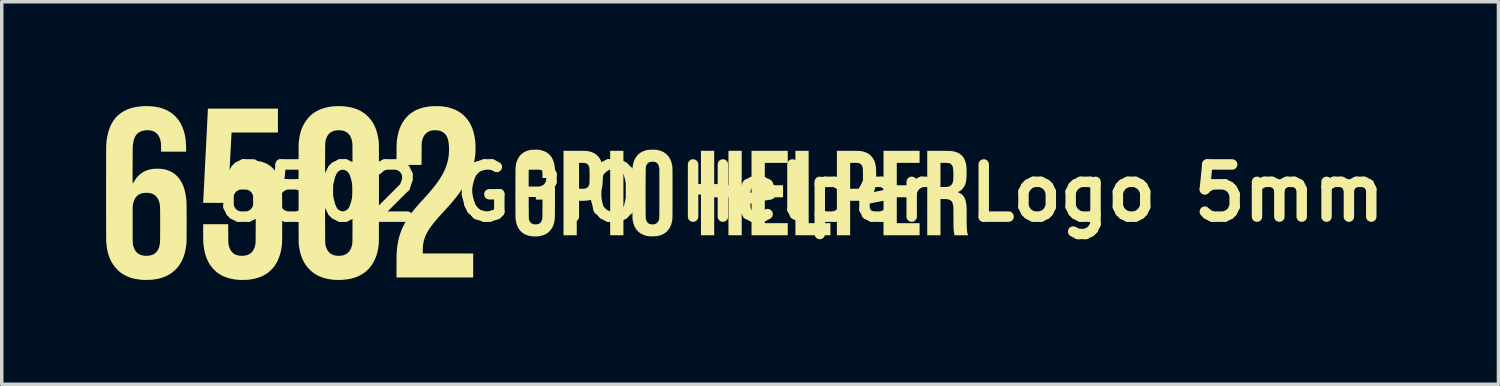
<source format=kicad_pcb>
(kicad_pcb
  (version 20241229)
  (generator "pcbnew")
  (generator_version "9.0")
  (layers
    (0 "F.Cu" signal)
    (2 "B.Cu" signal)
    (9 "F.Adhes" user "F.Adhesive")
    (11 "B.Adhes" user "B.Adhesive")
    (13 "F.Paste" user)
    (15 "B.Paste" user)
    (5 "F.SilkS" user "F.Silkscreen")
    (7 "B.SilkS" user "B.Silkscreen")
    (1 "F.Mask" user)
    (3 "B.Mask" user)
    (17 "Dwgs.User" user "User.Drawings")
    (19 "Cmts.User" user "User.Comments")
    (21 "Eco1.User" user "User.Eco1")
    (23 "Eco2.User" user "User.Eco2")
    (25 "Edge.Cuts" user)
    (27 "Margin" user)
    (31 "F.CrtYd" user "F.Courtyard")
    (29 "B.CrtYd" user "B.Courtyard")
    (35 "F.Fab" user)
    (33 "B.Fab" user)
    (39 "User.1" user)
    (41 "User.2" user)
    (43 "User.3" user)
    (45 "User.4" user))
  (footprint "6502 GPIO Helper Logo 5mm"
    (layer "F.Cu")
    (at 19.985 2.5)
    (property "Reference" "6502 GPIO Helper Logo 5mm" (at 0 0 0) (layer "F.SilkS") (effects (font (size 1.5 1.5) (thickness 0.3))))
    (attr board_only exclude_from_pos_files exclude_from_bom)
    (fp_poly (pts (xy -5.11 0) (xy -5.11 1.214) (xy -5.301 1.214) (xy -5.491 1.214) (xy -5.491 0) (xy -5.491 -1.214) (xy -5.301 -1.214) (xy -5.11 -1.214)) (stroke (width 0) (type solid)) (fill yes) (layer "F.SilkS"))
    (fp_poly (pts (xy 0.216 -0.173) (xy 0.216 0.867) (xy 0.529 0.867) (xy 0.842 0.867) (xy 0.842 1.041) (xy 0.842 1.214) (xy 0.338 1.214) (xy -0.165 1.214) (xy -0.165 0) (xy -0.165 -1.214) (xy 0.025 -1.214) (xy 0.216 -1.214)) (stroke (width 0) (type solid)) (fill yes) (layer "F.SilkS"))
    (fp_poly (pts (xy -2.5 -0.719) (xy -2.5 -0.224) (xy -2.295 -0.224) (xy -2.09 -0.224) (xy -2.09 -0.719) (xy -2.09 -1.214) (xy -1.899 -1.214) (xy -1.709 -1.214) (xy -1.709 0) (xy -1.709 1.214) (xy -1.899 1.214) (xy -2.09 1.214) (xy -2.09 0.668) (xy -2.09 0.123) (xy -2.295 0.123) (xy -2.5 0.123) (xy -2.5 0.668) (xy -2.5 1.214) (xy -2.691 1.214) (xy -2.881 1.214) (xy -2.881 0) (xy -2.881 -1.214) (xy -2.691 -1.214) (xy -2.5 -1.214)) (stroke (width 0) (type solid)) (fill yes) (layer "F.SilkS"))
    (fp_poly (pts (xy -0.385 -1.041) (xy -0.385 -0.867) (xy -0.715 -0.867) (xy -1.045 -0.867) (xy -1.045 -0.546) (xy -1.045 -0.224) (xy -0.783 -0.224) (xy -0.52 -0.224) (xy -0.52 -0.051) (xy -0.52 0.123) (xy -0.783 0.123) (xy -1.045 0.123) (xy -1.045 0.495) (xy -1.045 0.867) (xy -0.715 0.867) (xy -0.385 0.867) (xy -0.385 1.041) (xy -0.385 1.214) (xy -0.905 1.214) (xy -1.426 1.214) (xy -1.426 0) (xy -1.426 -1.214) (xy -0.905 -1.214) (xy -0.385 -1.214)) (stroke (width 0) (type solid)) (fill yes) (layer "F.SilkS"))
    (fp_poly (pts (xy 3.406 -1.041) (xy 3.406 -0.867) (xy 3.078 -0.867) (xy 2.75 -0.867) (xy 2.75 -0.546) (xy 2.75 -0.224) (xy 3.01 -0.224) (xy 3.065 -0.224) (xy 3.113 -0.224) (xy 3.153 -0.224) (xy 3.186 -0.224) (xy 3.213 -0.223) (xy 3.234 -0.223) (xy 3.25 -0.222) (xy 3.261 -0.221) (xy 3.268 -0.22) (xy 3.271 -0.219) (xy 3.271 -0.219) (xy 3.271 -0.214) (xy 3.272 -0.201) (xy 3.272 -0.181) (xy 3.272 -0.156) (xy 3.272 -0.127) (xy 3.272 -0.093) (xy 3.272 -0.057) (xy 3.272 -0.047) (xy 3.272 0.121) (xy 3.011 0.122) (xy 2.75 0.123) (xy 2.75 0.495) (xy 2.75 0.867) (xy 3.078 0.867) (xy 3.406 0.867) (xy 3.406 1.041) (xy 3.406 1.214) (xy 2.887 1.214) (xy 2.369 1.214) (xy 2.369 0) (xy 2.369 -1.214) (xy 2.887 -1.214) (xy 3.406 -1.214)) (stroke (width 0) (type solid)) (fill yes) (layer "F.SilkS"))
    (fp_poly (pts (xy -6.456 -1.214) (xy -6.397 -1.214) (xy -6.346 -1.214) (xy -6.301 -1.213) (xy -6.262 -1.213) (xy -6.228 -1.212) (xy -6.199 -1.21) (xy -6.173 -1.209) (xy -6.151 -1.207) (xy -6.131 -1.204) (xy -6.112 -1.201) (xy -6.095 -1.198) (xy -6.079 -1.194) (xy -6.062 -1.189) (xy -6.045 -1.184) (xy -6.039 -1.182) (xy -5.981 -1.159) (xy -5.927 -1.129) (xy -5.878 -1.094) (xy -5.835 -1.052) (xy -5.798 -1.004) (xy -5.771 -0.957) (xy -5.75 -0.908) (xy -5.732 -0.853) (xy -5.718 -0.795) (xy -5.708 -0.733) (xy -5.707 -0.721) (xy -5.705 -0.703) (xy -5.704 -0.679) (xy -5.704 -0.648) (xy -5.703 -0.613) (xy -5.703 -0.575) (xy -5.703 -0.534) (xy -5.703 -0.491) (xy -5.704 -0.448) (xy -5.704 -0.405) (xy -5.705 -0.364) (xy -5.706 -0.326) (xy -5.707 -0.292) (xy -5.709 -0.262) (xy -5.71 -0.238) (xy -5.712 -0.221) (xy -5.713 -0.216) (xy -5.727 -0.154) (xy -5.743 -0.099) (xy -5.763 -0.05) (xy -5.786 -0.005) (xy -5.814 0.035) (xy -5.846 0.073) (xy -5.878 0.104) (xy -5.91 0.13) (xy -5.946 0.152) (xy -5.962 0.16) (xy -5.995 0.176) (xy -6.028 0.189) (xy -6.062 0.2) (xy -6.098 0.208) (xy -6.136 0.215) (xy -6.18 0.219) (xy -6.228 0.222) (xy -6.283 0.224) (xy -6.328 0.224) (xy -6.452 0.224) (xy -6.452 0.719) (xy -6.452 1.214) (xy -6.642 1.214) (xy -6.832 1.214) (xy -6.832 0) (xy -6.832 -0.495) (xy -6.452 -0.495) (xy -6.452 -0.123) (xy -6.34 -0.123) (xy -6.301 -0.123) (xy -6.27 -0.123) (xy -6.245 -0.124) (xy -6.227 -0.126) (xy -6.213 -0.127) (xy -6.208 -0.129) (xy -6.173 -0.141) (xy -6.145 -0.159) (xy -6.123 -0.182) (xy -6.106 -0.211) (xy -6.093 -0.247) (xy -6.09 -0.264) (xy -6.088 -0.278) (xy -6.087 -0.298) (xy -6.085 -0.325) (xy -6.084 -0.357) (xy -6.084 -0.393) (xy -6.083 -0.432) (xy -6.083 -0.473) (xy -6.083 -0.514) (xy -6.083 -0.555) (xy -6.084 -0.593) (xy -6.084 -0.63) (xy -6.085 -0.662) (xy -6.086 -0.689) (xy -6.088 -0.711) (xy -6.089 -0.724) (xy -6.09 -0.725) (xy -6.1 -0.764) (xy -6.115 -0.796) (xy -6.134 -0.821) (xy -6.158 -0.84) (xy -6.164 -0.844) (xy -6.177 -0.85) (xy -6.189 -0.856) (xy -6.202 -0.86) (xy -6.217 -0.863) (xy -6.234 -0.865) (xy -6.256 -0.866) (xy -6.283 -0.867) (xy -6.317 -0.867) (xy -6.34 -0.867) (xy -6.452 -0.867) (xy -6.452 -0.495) (xy -6.832 -0.495) (xy -6.832 -1.214) (xy -6.522 -1.214)) (stroke (width 0) (type solid)) (fill yes) (layer "F.SilkS"))
    (fp_poly (pts (xy 1.403 -1.214) (xy 1.459 -1.214) (xy 1.508 -1.214) (xy 1.551 -1.213) (xy 1.588 -1.213) (xy 1.62 -1.212) (xy 1.647 -1.211) (xy 1.671 -1.21) (xy 1.692 -1.208) (xy 1.71 -1.206) (xy 1.727 -1.204) (xy 1.743 -1.201) (xy 1.758 -1.198) (xy 1.774 -1.194) (xy 1.786 -1.191) (xy 1.849 -1.172) (xy 1.906 -1.146) (xy 1.957 -1.114) (xy 2.002 -1.075) (xy 2.042 -1.03) (xy 2.077 -0.979) (xy 2.092 -0.951) (xy 2.102 -0.929) (xy 2.113 -0.901) (xy 2.123 -0.869) (xy 2.132 -0.835) (xy 2.14 -0.803) (xy 2.146 -0.777) (xy 2.148 -0.764) (xy 2.15 -0.752) (xy 2.151 -0.739) (xy 2.152 -0.724) (xy 2.153 -0.707) (xy 2.154 -0.687) (xy 2.155 -0.663) (xy 2.155 -0.633) (xy 2.156 -0.597) (xy 2.156 -0.555) (xy 2.157 -0.525) (xy 2.157 -0.469) (xy 2.157 -0.421) (xy 2.157 -0.379) (xy 2.156 -0.344) (xy 2.155 -0.313) (xy 2.154 -0.286) (xy 2.152 -0.262) (xy 2.15 -0.24) (xy 2.147 -0.219) (xy 2.143 -0.199) (xy 2.143 -0.196) (xy 2.126 -0.129) (xy 2.105 -0.068) (xy 2.077 -0.013) (xy 2.044 0.037) (xy 2.017 0.07) (xy 1.981 0.104) (xy 1.944 0.133) (xy 1.901 0.159) (xy 1.891 0.163) (xy 1.859 0.178) (xy 1.826 0.191) (xy 1.793 0.201) (xy 1.757 0.209) (xy 1.718 0.215) (xy 1.674 0.22) (xy 1.625 0.223) (xy 1.57 0.224) (xy 1.528 0.224) (xy 1.409 0.224) (xy 1.409 0.719) (xy 1.409 1.214) (xy 1.218 1.214) (xy 1.028 1.214) (xy 1.028 0) (xy 1.028 -0.495) (xy 1.409 -0.495) (xy 1.409 -0.123) (xy 1.52 -0.123) (xy 1.56 -0.123) (xy 1.592 -0.123) (xy 1.617 -0.124) (xy 1.635 -0.126) (xy 1.648 -0.128) (xy 1.652 -0.128) (xy 1.686 -0.141) (xy 1.714 -0.158) (xy 1.736 -0.182) (xy 1.754 -0.211) (xy 1.766 -0.247) (xy 1.77 -0.266) (xy 1.772 -0.28) (xy 1.773 -0.301) (xy 1.775 -0.329) (xy 1.776 -0.361) (xy 1.777 -0.397) (xy 1.777 -0.436) (xy 1.777 -0.477) (xy 1.777 -0.518) (xy 1.777 -0.558) (xy 1.777 -0.596) (xy 1.776 -0.632) (xy 1.775 -0.663) (xy 1.774 -0.689) (xy 1.772 -0.709) (xy 1.771 -0.72) (xy 1.761 -0.759) (xy 1.748 -0.79) (xy 1.731 -0.815) (xy 1.71 -0.835) (xy 1.683 -0.85) (xy 1.658 -0.859) (xy 1.649 -0.861) (xy 1.639 -0.863) (xy 1.627 -0.865) (xy 1.613 -0.866) (xy 1.595 -0.867) (xy 1.572 -0.867) (xy 1.542 -0.867) (xy 1.519 -0.867) (xy 1.409 -0.867) (xy 1.409 -0.495) (xy 1.028 -0.495) (xy 1.028 -1.214) (xy 1.339 -1.214)) (stroke (width 0) (type solid)) (fill yes) (layer "F.SilkS"))
    (fp_poly (pts (xy 4.003 -1.214) (xy 4.06 -1.214) (xy 4.109 -1.214) (xy 4.152 -1.213) (xy 4.19 -1.213) (xy 4.222 -1.212) (xy 4.25 -1.211) (xy 4.275 -1.21) (xy 4.296 -1.209) (xy 4.315 -1.207) (xy 4.332 -1.205) (xy 4.348 -1.203) (xy 4.364 -1.2) (xy 4.38 -1.197) (xy 4.381 -1.197) (xy 4.444 -1.181) (xy 4.501 -1.16) (xy 4.552 -1.133) (xy 4.597 -1.1) (xy 4.636 -1.062) (xy 4.669 -1.018) (xy 4.697 -0.967) (xy 4.72 -0.909) (xy 4.738 -0.845) (xy 4.745 -0.816) (xy 4.748 -0.792) (xy 4.751 -0.761) (xy 4.754 -0.724) (xy 4.756 -0.683) (xy 4.757 -0.64) (xy 4.758 -0.595) (xy 4.758 -0.55) (xy 4.757 -0.507) (xy 4.756 -0.484) (xy 4.753 -0.43) (xy 4.748 -0.382) (xy 4.742 -0.341) (xy 4.734 -0.303) (xy 4.725 -0.269) (xy 4.713 -0.237) (xy 4.698 -0.206) (xy 4.696 -0.202) (xy 4.669 -0.157) (xy 4.636 -0.116) (xy 4.599 -0.081) (xy 4.558 -0.053) (xy 4.528 -0.037) (xy 4.517 -0.032) (xy 4.511 -0.026) (xy 4.51 -0.024) (xy 4.513 -0.019) (xy 4.523 -0.015) (xy 4.528 -0.013) (xy 4.556 -0.002) (xy 4.586 0.015) (xy 4.616 0.036) (xy 4.641 0.059) (xy 4.667 0.089) (xy 4.69 0.124) (xy 4.709 0.164) (xy 4.725 0.21) (xy 4.738 0.262) (xy 4.749 0.322) (xy 4.751 0.341) (xy 4.753 0.355) (xy 4.754 0.369) (xy 4.756 0.384) (xy 4.757 0.401) (xy 4.757 0.419) (xy 4.758 0.442) (xy 4.759 0.468) (xy 4.759 0.498) (xy 4.759 0.535) (xy 4.759 0.578) (xy 4.759 0.628) (xy 4.759 0.658) (xy 4.759 0.731) (xy 4.76 0.797) (xy 4.76 0.855) (xy 4.761 0.906) (xy 4.762 0.952) (xy 4.763 0.992) (xy 4.765 1.026) (xy 4.767 1.057) (xy 4.769 1.083) (xy 4.772 1.107) (xy 4.775 1.127) (xy 4.779 1.146) (xy 4.784 1.163) (xy 4.789 1.18) (xy 4.791 1.185) (xy 4.801 1.214) (xy 4.607 1.214) (xy 4.414 1.214) (xy 4.407 1.188) (xy 4.402 1.171) (xy 4.398 1.153) (xy 4.394 1.134) (xy 4.391 1.113) (xy 4.389 1.091) (xy 4.386 1.065) (xy 4.384 1.036) (xy 4.383 1.003) (xy 4.382 0.966) (xy 4.381 0.923) (xy 4.38 0.875) (xy 4.379 0.82) (xy 4.379 0.759) (xy 4.379 0.689) (xy 4.379 0.649) (xy 4.379 0.594) (xy 4.378 0.546) (xy 4.378 0.505) (xy 4.378 0.47) (xy 4.377 0.442) (xy 4.377 0.418) (xy 4.376 0.399) (xy 4.375 0.383) (xy 4.374 0.371) (xy 4.372 0.362) (xy 4.363 0.319) (xy 4.351 0.283) (xy 4.336 0.253) (xy 4.316 0.229) (xy 4.292 0.21) (xy 4.267 0.197) (xy 4.248 0.189) (xy 4.228 0.183) (xy 4.204 0.179) (xy 4.177 0.176) (xy 4.144 0.174) (xy 4.104 0.173) (xy 4.093 0.173) (xy 4.006 0.173) (xy 4.006 0.694) (xy 4.006 1.214) (xy 3.816 1.214) (xy 3.626 1.214) (xy 3.626 0) (xy 3.626 -0.52) (xy 4.006 -0.52) (xy 4.006 -0.173) (xy 4.09 -0.174) (xy 4.118 -0.174) (xy 4.145 -0.174) (xy 4.17 -0.175) (xy 4.19 -0.177) (xy 4.203 -0.178) (xy 4.244 -0.187) (xy 4.28 -0.204) (xy 4.311 -0.226) (xy 4.334 -0.251) (xy 4.345 -0.27) (xy 4.355 -0.291) (xy 4.363 -0.317) (xy 4.369 -0.347) (xy 4.373 -0.383) (xy 4.376 -0.425) (xy 4.378 -0.473) (xy 4.378 -0.529) (xy 4.377 -0.569) (xy 4.376 -0.619) (xy 4.373 -0.662) (xy 4.37 -0.699) (xy 4.365 -0.729) (xy 4.358 -0.755) (xy 4.35 -0.777) (xy 4.339 -0.795) (xy 4.327 -0.812) (xy 4.319 -0.821) (xy 4.305 -0.833) (xy 4.292 -0.843) (xy 4.277 -0.851) (xy 4.26 -0.857) (xy 4.24 -0.861) (xy 4.215 -0.864) (xy 4.185 -0.866) (xy 4.149 -0.867) (xy 4.113 -0.867) (xy 4.006 -0.867) (xy 4.006 -0.52) (xy 3.626 -0.52) (xy 3.626 -1.214) (xy 3.938 -1.214)) (stroke (width 0) (type solid)) (fill yes) (layer "F.SilkS"))
    (fp_poly (pts (xy -10.456 -2.497) (xy -10.418 -2.497) (xy -10.384 -2.496) (xy -10.355 -2.494) (xy -10.335 -2.493) (xy -10.235 -2.479) (xy -10.141 -2.46) (xy -10.053 -2.435) (xy -9.971 -2.405) (xy -9.895 -2.369) (xy -9.823 -2.327) (xy -9.756 -2.279) (xy -9.745 -2.271) (xy -9.729 -2.257) (xy -9.71 -2.24) (xy -9.69 -2.22) (xy -9.67 -2.201) (xy -9.665 -2.195) (xy -9.607 -2.13) (xy -9.555 -2.058) (xy -9.51 -1.981) (xy -9.47 -1.897) (xy -9.437 -1.808) (xy -9.41 -1.713) (xy -9.388 -1.612) (xy -9.373 -1.505) (xy -9.367 -1.439) (xy -9.364 -1.403) (xy -9.363 -1.361) (xy -9.362 -1.315) (xy -9.362 -1.268) (xy -9.363 -1.221) (xy -9.365 -1.177) (xy -9.367 -1.138) (xy -9.369 -1.115) (xy -9.381 -1.012) (xy -9.399 -0.91) (xy -9.421 -0.811) (xy -9.45 -0.712) (xy -9.483 -0.614) (xy -9.523 -0.516) (xy -9.569 -0.418) (xy -9.621 -0.319) (xy -9.68 -0.219) (xy -9.746 -0.118) (xy -9.818 -0.014) (xy -9.898 0.092) (xy -9.985 0.201) (xy -10.018 0.241) (xy -10.051 0.28) (xy -10.083 0.318) (xy -10.115 0.355) (xy -10.149 0.393) (xy -10.185 0.433) (xy -10.225 0.477) (xy -10.269 0.525) (xy -10.293 0.55) (xy -10.364 0.628) (xy -10.429 0.7) (xy -10.488 0.768) (xy -10.541 0.832) (xy -10.59 0.892) (xy -10.633 0.949) (xy -10.672 1.003) (xy -10.706 1.054) (xy -10.736 1.104) (xy -10.763 1.153) (xy -10.786 1.2) (xy -10.807 1.247) (xy -10.824 1.293) (xy -10.839 1.34) (xy -10.84 1.345) (xy -10.854 1.398) (xy -10.864 1.45) (xy -10.872 1.503) (xy -10.876 1.56) (xy -10.878 1.622) (xy -10.879 1.644) (xy -10.879 1.737) (xy -10.154 1.738) (xy -9.43 1.739) (xy -9.43 2.084) (xy -9.43 2.428) (xy -10.532 2.428) (xy -11.634 2.428) (xy -11.634 2.104) (xy -11.634 2.05) (xy -11.634 1.998) (xy -11.633 1.947) (xy -11.633 1.9) (xy -11.633 1.856) (xy -11.632 1.816) (xy -11.632 1.781) (xy -11.631 1.753) (xy -11.63 1.731) (xy -11.63 1.718) (xy -11.619 1.596) (xy -11.604 1.481) (xy -11.584 1.372) (xy -11.559 1.267) (xy -11.528 1.166) (xy -11.492 1.067) (xy -11.449 0.971) (xy -11.4 0.875) (xy -11.344 0.78) (xy -11.281 0.683) (xy -11.213 0.588) (xy -11.18 0.544) (xy -11.146 0.501) (xy -11.111 0.457) (xy -11.074 0.413) (xy -11.034 0.367) (xy -10.991 0.318) (xy -10.944 0.265) (xy -10.891 0.208) (xy -10.879 0.195) (xy -10.795 0.103) (xy -10.717 0.015) (xy -10.646 -0.068) (xy -10.581 -0.147) (xy -10.521 -0.223) (xy -10.466 -0.295) (xy -10.417 -0.365) (xy -10.373 -0.433) (xy -10.333 -0.499) (xy -10.297 -0.564) (xy -10.265 -0.628) (xy -10.237 -0.691) (xy -10.212 -0.754) (xy -10.194 -0.806) (xy -10.169 -0.89) (xy -10.15 -0.971) (xy -10.137 -1.052) (xy -10.128 -1.134) (xy -10.124 -1.22) (xy -10.125 -1.294) (xy -10.128 -1.367) (xy -10.134 -1.432) (xy -10.143 -1.49) (xy -10.155 -1.542) (xy -10.17 -1.588) (xy -10.189 -1.629) (xy -10.211 -1.665) (xy -10.236 -1.697) (xy -10.24 -1.7) (xy -10.277 -1.734) (xy -10.318 -1.761) (xy -10.365 -1.781) (xy -10.416 -1.796) (xy -10.473 -1.804) (xy -10.492 -1.805) (xy -10.553 -1.805) (xy -10.61 -1.799) (xy -10.663 -1.786) (xy -10.711 -1.767) (xy -10.754 -1.742) (xy -10.773 -1.727) (xy -10.806 -1.695) (xy -10.835 -1.659) (xy -10.859 -1.616) (xy -10.88 -1.567) (xy -10.896 -1.512) (xy -10.903 -1.48) (xy -10.905 -1.471) (xy -10.906 -1.462) (xy -10.907 -1.453) (xy -10.908 -1.443) (xy -10.909 -1.43) (xy -10.91 -1.415) (xy -10.911 -1.397) (xy -10.911 -1.375) (xy -10.912 -1.348) (xy -10.912 -1.316) (xy -10.912 -1.278) (xy -10.913 -1.233) (xy -10.913 -1.182) (xy -10.913 -1.122) (xy -10.913 -1.122) (xy -10.915 -0.808) (xy -11.275 -0.808) (xy -11.634 -0.808) (xy -11.634 -1.095) (xy -11.634 -1.159) (xy -11.634 -1.215) (xy -11.633 -1.264) (xy -11.633 -1.307) (xy -11.632 -1.345) (xy -11.632 -1.378) (xy -11.63 -1.408) (xy -11.629 -1.435) (xy -11.627 -1.46) (xy -11.625 -1.483) (xy -11.623 -1.506) (xy -11.62 -1.53) (xy -11.617 -1.555) (xy -11.599 -1.657) (xy -11.576 -1.754) (xy -11.546 -1.845) (xy -11.51 -1.932) (xy -11.468 -2.012) (xy -11.42 -2.088) (xy -11.367 -2.157) (xy -11.307 -2.22) (xy -11.242 -2.277) (xy -11.177 -2.325) (xy -11.106 -2.367) (xy -11.029 -2.403) (xy -10.947 -2.434) (xy -10.858 -2.459) (xy -10.764 -2.478) (xy -10.663 -2.492) (xy -10.661 -2.493) (xy -10.638 -2.494) (xy -10.608 -2.496) (xy -10.573 -2.497) (xy -10.535 -2.497) (xy -10.496 -2.498)) (stroke (width 0) (type solid)) (fill yes) (layer "F.SilkS"))
    (fp_poly (pts (xy -7.587 -1.246) (xy -7.558 -1.245) (xy -7.552 -1.244) (xy -7.482 -1.232) (xy -7.417 -1.214) (xy -7.358 -1.189) (xy -7.304 -1.159) (xy -7.256 -1.121) (xy -7.213 -1.078) (xy -7.176 -1.028) (xy -7.145 -0.972) (xy -7.12 -0.91) (xy -7.118 -0.904) (xy -7.108 -0.871) (xy -7.099 -0.837) (xy -7.092 -0.802) (xy -7.087 -0.763) (xy -7.083 -0.721) (xy -7.08 -0.674) (xy -7.078 -0.621) (xy -7.078 -0.561) (xy -7.078 -0.54) (xy -7.078 -0.432) (xy -7.257 -0.432) (xy -7.436 -0.432) (xy -7.438 -0.579) (xy -7.439 -0.619) (xy -7.44 -0.651) (xy -7.44 -0.678) (xy -7.441 -0.699) (xy -7.442 -0.715) (xy -7.443 -0.729) (xy -7.445 -0.74) (xy -7.447 -0.749) (xy -7.449 -0.758) (xy -7.463 -0.799) (xy -7.481 -0.833) (xy -7.504 -0.859) (xy -7.531 -0.879) (xy -7.564 -0.893) (xy -7.602 -0.9) (xy -7.635 -0.902) (xy -7.672 -0.9) (xy -7.704 -0.895) (xy -7.73 -0.885) (xy -7.754 -0.871) (xy -7.77 -0.858) (xy -7.791 -0.834) (xy -7.808 -0.806) (xy -7.82 -0.772) (xy -7.829 -0.732) (xy -7.83 -0.721) (xy -7.831 -0.711) (xy -7.832 -0.694) (xy -7.832 -0.669) (xy -7.833 -0.638) (xy -7.833 -0.601) (xy -7.834 -0.558) (xy -7.834 -0.51) (xy -7.834 -0.457) (xy -7.834 -0.401) (xy -7.835 -0.341) (xy -7.835 -0.278) (xy -7.835 -0.213) (xy -7.835 -0.146) (xy -7.835 -0.078) (xy -7.834 -0.009) (xy -7.834 0.06) (xy -7.834 0.129) (xy -7.834 0.197) (xy -7.834 0.264) (xy -7.833 0.328) (xy -7.833 0.39) (xy -7.832 0.449) (xy -7.832 0.505) (xy -7.831 0.556) (xy -7.831 0.603) (xy -7.83 0.644) (xy -7.83 0.68) (xy -7.829 0.71) (xy -7.828 0.732) (xy -7.828 0.748) (xy -7.827 0.755) (xy -7.827 0.755) (xy -7.813 0.796) (xy -7.794 0.83) (xy -7.771 0.858) (xy -7.742 0.878) (xy -7.708 0.892) (xy -7.669 0.9) (xy -7.636 0.902) (xy -7.593 0.899) (xy -7.555 0.889) (xy -7.523 0.874) (xy -7.496 0.852) (xy -7.474 0.823) (xy -7.457 0.788) (xy -7.447 0.753) (xy -7.445 0.746) (xy -7.444 0.737) (xy -7.443 0.726) (xy -7.442 0.711) (xy -7.441 0.693) (xy -7.441 0.67) (xy -7.44 0.642) (xy -7.44 0.608) (xy -7.439 0.568) (xy -7.439 0.52) (xy -7.438 0.465) (xy -7.438 0.458) (xy -7.437 0.19) (xy -7.532 0.19) (xy -7.628 0.19) (xy -7.628 0.017) (xy -7.628 -0.157) (xy -7.352 -0.157) (xy -7.077 -0.157) (xy -7.079 0.287) (xy -7.079 0.359) (xy -7.079 0.424) (xy -7.08 0.481) (xy -7.08 0.531) (xy -7.08 0.576) (xy -7.081 0.614) (xy -7.081 0.648) (xy -7.082 0.676) (xy -7.083 0.701) (xy -7.084 0.723) (xy -7.085 0.741) (xy -7.086 0.757) (xy -7.087 0.771) (xy -7.089 0.784) (xy -7.091 0.796) (xy -7.093 0.809) (xy -7.096 0.821) (xy -7.097 0.829) (xy -7.105 0.86) (xy -7.115 0.894) (xy -7.127 0.928) (xy -7.139 0.959) (xy -7.148 0.978) (xy -7.18 1.033) (xy -7.217 1.082) (xy -7.259 1.124) (xy -7.307 1.16) (xy -7.36 1.19) (xy -7.419 1.214) (xy -7.483 1.232) (xy -7.549 1.244) (xy -7.571 1.246) (xy -7.6 1.247) (xy -7.632 1.247) (xy -7.666 1.247) (xy -7.7 1.246) (xy -7.73 1.245) (xy -7.756 1.242) (xy -7.762 1.241) (xy -7.831 1.228) (xy -7.893 1.208) (xy -7.951 1.183) (xy -8.002 1.151) (xy -8.048 1.112) (xy -8.067 1.094) (xy -8.105 1.048) (xy -8.137 0.997) (xy -8.164 0.94) (xy -8.185 0.878) (xy -8.2 0.81) (xy -8.211 0.736) (xy -8.211 0.73) (xy -8.212 0.72) (xy -8.212 0.701) (xy -8.213 0.676) (xy -8.213 0.643) (xy -8.214 0.604) (xy -8.214 0.56) (xy -8.214 0.511) (xy -8.215 0.457) (xy -8.215 0.399) (xy -8.215 0.338) (xy -8.215 0.274) (xy -8.216 0.207) (xy -8.216 0.139) (xy -8.216 0.07) (xy -8.216 0.000423) (xy -8.216 -0.069) (xy -8.216 -0.138) (xy -8.216 -0.206) (xy -8.215 -0.273) (xy -8.215 -0.337) (xy -8.215 -0.398) (xy -8.215 -0.456) (xy -8.214 -0.51) (xy -8.214 -0.56) (xy -8.214 -0.604) (xy -8.213 -0.643) (xy -8.213 -0.675) (xy -8.212 -0.701) (xy -8.212 -0.719) (xy -8.211 -0.73) (xy -8.211 -0.73) (xy -8.201 -0.804) (xy -8.186 -0.872) (xy -8.166 -0.934) (xy -8.14 -0.99) (xy -8.113 -1.035) (xy -8.075 -1.084) (xy -8.032 -1.127) (xy -7.982 -1.164) (xy -7.928 -1.194) (xy -7.867 -1.217) (xy -7.801 -1.235) (xy -7.786 -1.238) (xy -7.761 -1.241) (xy -7.73 -1.244) (xy -7.694 -1.246) (xy -7.657 -1.247) (xy -7.621 -1.247)) (stroke (width 0) (type solid)) (fill yes) (layer "F.SilkS"))
    (fp_poly (pts (xy -4.239 -1.246) (xy -4.212 -1.245) (xy -4.191 -1.245) (xy -4.173 -1.243) (xy -4.157 -1.242) (xy -4.141 -1.239) (xy -4.127 -1.236) (xy -4.064 -1.221) (xy -4.007 -1.201) (xy -3.957 -1.176) (xy -3.91 -1.146) (xy -3.868 -1.111) (xy -3.865 -1.109) (xy -3.823 -1.063) (xy -3.787 -1.012) (xy -3.757 -0.957) (xy -3.733 -0.896) (xy -3.715 -0.829) (xy -3.704 -0.763) (xy -3.703 -0.756) (xy -3.702 -0.748) (xy -3.702 -0.736) (xy -3.701 -0.723) (xy -3.7 -0.706) (xy -3.7 -0.687) (xy -3.7 -0.663) (xy -3.699 -0.635) (xy -3.699 -0.603) (xy -3.699 -0.567) (xy -3.698 -0.524) (xy -3.698 -0.477) (xy -3.698 -0.423) (xy -3.698 -0.363) (xy -3.698 -0.296) (xy -3.698 -0.223) (xy -3.698 -0.141) (xy -3.698 -0.052) (xy -3.698 0) (xy -3.698 0.094) (xy -3.698 0.179) (xy -3.698 0.257) (xy -3.698 0.328) (xy -3.698 0.391) (xy -3.698 0.448) (xy -3.698 0.499) (xy -3.698 0.544) (xy -3.699 0.584) (xy -3.699 0.619) (xy -3.699 0.648) (xy -3.7 0.674) (xy -3.7 0.696) (xy -3.701 0.714) (xy -3.701 0.729) (xy -3.702 0.742) (xy -3.703 0.752) (xy -3.703 0.76) (xy -3.704 0.763) (xy -3.717 0.836) (xy -3.735 0.902) (xy -3.76 0.962) (xy -3.79 1.017) (xy -3.827 1.067) (xy -3.865 1.109) (xy -3.909 1.145) (xy -3.956 1.176) (xy -4.008 1.201) (xy -4.065 1.221) (xy -4.123 1.236) (xy -4.141 1.239) (xy -4.159 1.241) (xy -4.181 1.243) (xy -4.206 1.245) (xy -4.238 1.245) (xy -4.258 1.246) (xy -4.286 1.246) (xy -4.311 1.246) (xy -4.333 1.246) (xy -4.35 1.246) (xy -4.36 1.246) (xy -4.362 1.246) (xy -4.37 1.244) (xy -4.385 1.242) (xy -4.403 1.239) (xy -4.415 1.237) (xy -4.475 1.224) (xy -4.533 1.204) (xy -4.587 1.178) (xy -4.637 1.147) (xy -4.682 1.111) (xy -4.704 1.089) (xy -4.742 1.042) (xy -4.774 0.991) (xy -4.801 0.935) (xy -4.822 0.874) (xy -4.838 0.808) (xy -4.848 0.738) (xy -4.849 0.729) (xy -4.849 0.712) (xy -4.85 0.687) (xy -4.85 0.656) (xy -4.85 0.619) (xy -4.851 0.575) (xy -4.851 0.527) (xy -4.851 0.474) (xy -4.852 0.417) (xy -4.852 0.357) (xy -4.852 0.293) (xy -4.852 0.227) (xy -4.852 0.16) (xy -4.852 0.091) (xy -4.852 0.021) (xy -4.852 -0.031) (xy -4.472 -0.031) (xy -4.472 0.039) (xy -4.472 0.108) (xy -4.472 0.177) (xy -4.472 0.244) (xy -4.472 0.309) (xy -4.471 0.371) (xy -4.471 0.431) (xy -4.471 0.487) (xy -4.47 0.539) (xy -4.47 0.586) (xy -4.469 0.628) (xy -4.469 0.664) (xy -4.468 0.693) (xy -4.467 0.716) (xy -4.467 0.732) (xy -4.466 0.739) (xy -4.456 0.778) (xy -4.443 0.811) (xy -4.426 0.838) (xy -4.404 0.861) (xy -4.392 0.871) (xy -4.366 0.885) (xy -4.334 0.895) (xy -4.299 0.901) (xy -4.263 0.902) (xy -4.228 0.899) (xy -4.195 0.89) (xy -4.181 0.885) (xy -4.151 0.866) (xy -4.126 0.842) (xy -4.106 0.812) (xy -4.091 0.774) (xy -4.083 0.745) (xy -4.082 0.741) (xy -4.082 0.735) (xy -4.081 0.729) (xy -4.08 0.721) (xy -4.079 0.711) (xy -4.079 0.698) (xy -4.078 0.683) (xy -4.078 0.665) (xy -4.078 0.643) (xy -4.077 0.618) (xy -4.077 0.588) (xy -4.077 0.553) (xy -4.077 0.513) (xy -4.076 0.468) (xy -4.076 0.417) (xy -4.076 0.36) (xy -4.076 0.296) (xy -4.076 0.225) (xy -4.076 0.147) (xy -4.076 0.06) (xy -4.076 0) (xy -4.076 -0.091) (xy -4.076 -0.175) (xy -4.076 -0.251) (xy -4.076 -0.319) (xy -4.076 -0.381) (xy -4.076 -0.436) (xy -4.077 -0.485) (xy -4.077 -0.528) (xy -4.077 -0.566) (xy -4.077 -0.599) (xy -4.077 -0.627) (xy -4.078 -0.651) (xy -4.078 -0.672) (xy -4.079 -0.689) (xy -4.079 -0.703) (xy -4.08 -0.714) (xy -4.08 -0.724) (xy -4.081 -0.731) (xy -4.082 -0.737) (xy -4.083 -0.742) (xy -4.083 -0.745) (xy -4.096 -0.788) (xy -4.114 -0.824) (xy -4.136 -0.853) (xy -4.163 -0.875) (xy -4.175 -0.882) (xy -4.197 -0.891) (xy -4.219 -0.897) (xy -4.246 -0.901) (xy -4.277 -0.901) (xy -4.32 -0.898) (xy -4.357 -0.889) (xy -4.389 -0.873) (xy -4.415 -0.851) (xy -4.437 -0.822) (xy -4.453 -0.786) (xy -4.465 -0.743) (xy -4.466 -0.739) (xy -4.467 -0.73) (xy -4.467 -0.714) (xy -4.468 -0.69) (xy -4.469 -0.66) (xy -4.469 -0.623) (xy -4.47 -0.58) (xy -4.47 -0.532) (xy -4.471 -0.48) (xy -4.471 -0.424) (xy -4.471 -0.364) (xy -4.472 -0.301) (xy -4.472 -0.236) (xy -4.472 -0.168) (xy -4.472 -0.1) (xy -4.472 -0.031) (xy -4.852 -0.031) (xy -4.852 -0.049) (xy -4.852 -0.118) (xy -4.852 -0.186) (xy -4.852 -0.253) (xy -4.852 -0.318) (xy -4.852 -0.381) (xy -4.852 -0.44) (xy -4.851 -0.495) (xy -4.851 -0.547) (xy -4.851 -0.593) (xy -4.85 -0.634) (xy -4.85 -0.669) (xy -4.849 -0.698) (xy -4.849 -0.72) (xy -4.848 -0.734) (xy -4.848 -0.738) (xy -4.836 -0.814) (xy -4.819 -0.884) (xy -4.795 -0.948) (xy -4.766 -1.006) (xy -4.73 -1.058) (xy -4.689 -1.104) (xy -4.643 -1.144) (xy -4.59 -1.177) (xy -4.531 -1.205) (xy -4.501 -1.216) (xy -4.471 -1.225) (xy -4.444 -1.232) (xy -4.417 -1.238) (xy -4.389 -1.241) (xy -4.358 -1.244) (xy -4.323 -1.245) (xy -4.281 -1.246) (xy -4.273 -1.246)) (stroke (width 0) (type solid)) (fill yes) (layer "F.SilkS"))
    (fp_poly (pts (xy -15.044 -2.084) (xy -15.044 -1.739) (xy -15.71 -1.739) (xy -16.376 -1.739) (xy -16.378 -1.704) (xy -16.379 -1.695) (xy -16.38 -1.679) (xy -16.381 -1.655) (xy -16.383 -1.624) (xy -16.385 -1.587) (xy -16.387 -1.545) (xy -16.39 -1.497) (xy -16.393 -1.445) (xy -16.396 -1.389) (xy -16.399 -1.329) (xy -16.402 -1.267) (xy -16.406 -1.202) (xy -16.408 -1.155) (xy -16.412 -1.089) (xy -16.415 -1.025) (xy -16.418 -0.964) (xy -16.421 -0.905) (xy -16.424 -0.85) (xy -16.427 -0.8) (xy -16.43 -0.754) (xy -16.432 -0.713) (xy -16.434 -0.678) (xy -16.435 -0.649) (xy -16.437 -0.628) (xy -16.437 -0.613) (xy -16.438 -0.608) (xy -16.439 -0.592) (xy -16.439 -0.582) (xy -16.437 -0.577) (xy -16.434 -0.576) (xy -16.433 -0.575) (xy -16.426 -0.579) (xy -16.417 -0.59) (xy -16.404 -0.606) (xy -16.402 -0.61) (xy -16.355 -0.673) (xy -16.303 -0.73) (xy -16.245 -0.779) (xy -16.184 -0.822) (xy -16.117 -0.858) (xy -16.047 -0.886) (xy -15.972 -0.908) (xy -15.893 -0.922) (xy -15.81 -0.929) (xy -15.727 -0.929) (xy -15.642 -0.922) (xy -15.562 -0.91) (xy -15.488 -0.891) (xy -15.419 -0.867) (xy -15.354 -0.836) (xy -15.299 -0.803) (xy -15.241 -0.759) (xy -15.187 -0.708) (xy -15.139 -0.651) (xy -15.094 -0.586) (xy -15.055 -0.516) (xy -15.021 -0.438) (xy -14.991 -0.355) (xy -14.967 -0.266) (xy -14.947 -0.171) (xy -14.942 -0.136) (xy -14.939 -0.118) (xy -14.937 -0.101) (xy -14.935 -0.084) (xy -14.933 -0.067) (xy -14.931 -0.05) (xy -14.929 -0.033) (xy -14.928 -0.014) (xy -14.927 0.007) (xy -14.926 0.03) (xy -14.925 0.056) (xy -14.924 0.084) (xy -14.923 0.117) (xy -14.923 0.153) (xy -14.922 0.193) (xy -14.922 0.239) (xy -14.922 0.29) (xy -14.921 0.346) (xy -14.921 0.409) (xy -14.921 0.479) (xy -14.921 0.556) (xy -14.921 0.64) (xy -14.921 0.724) (xy -14.921 0.82) (xy -14.921 0.911) (xy -14.921 0.995) (xy -14.922 1.073) (xy -14.922 1.143) (xy -14.922 1.207) (xy -14.922 1.264) (xy -14.923 1.313) (xy -14.923 1.354) (xy -14.924 1.388) (xy -14.924 1.414) (xy -14.925 1.432) (xy -14.925 1.439) (xy -14.937 1.549) (xy -14.955 1.653) (xy -14.979 1.751) (xy -15.009 1.844) (xy -15.045 1.931) (xy -15.087 2.013) (xy -15.134 2.088) (xy -15.188 2.157) (xy -15.248 2.22) (xy -15.313 2.278) (xy -15.378 2.325) (xy -15.449 2.367) (xy -15.526 2.403) (xy -15.609 2.434) (xy -15.697 2.459) (xy -15.791 2.478) (xy -15.888 2.492) (xy -15.904 2.493) (xy -15.927 2.494) (xy -15.954 2.496) (xy -15.985 2.497) (xy -16.017 2.497) (xy -16.049 2.498) (xy -16.079 2.499) (xy -16.106 2.499) (xy -16.128 2.499) (xy -16.144 2.498) (xy -16.148 2.498) (xy -16.186 2.494) (xy -16.218 2.492) (xy -16.244 2.489) (xy -16.266 2.487) (xy -16.285 2.484) (xy -16.302 2.482) (xy -16.32 2.479) (xy -16.323 2.478) (xy -16.419 2.459) (xy -16.509 2.433) (xy -16.595 2.4) (xy -16.675 2.361) (xy -16.749 2.316) (xy -16.81 2.271) (xy -16.826 2.257) (xy -16.845 2.24) (xy -16.865 2.22) (xy -16.885 2.201) (xy -16.89 2.195) (xy -16.947 2.13) (xy -16.999 2.06) (xy -17.044 1.983) (xy -17.083 1.901) (xy -17.116 1.813) (xy -17.144 1.72) (xy -17.165 1.62) (xy -17.181 1.514) (xy -17.189 1.437) (xy -17.189 1.422) (xy -17.19 1.4) (xy -17.191 1.372) (xy -17.191 1.338) (xy -17.192 1.299) (xy -17.192 1.257) (xy -17.193 1.212) (xy -17.193 1.166) (xy -17.193 1.14) (xy -17.193 0.897) (xy -16.833 0.897) (xy -16.474 0.897) (xy -16.473 1.167) (xy -16.472 1.222) (xy -16.472 1.27) (xy -16.471 1.311) (xy -16.471 1.346) (xy -16.471 1.375) (xy -16.47 1.399) (xy -16.469 1.419) (xy -16.468 1.435) (xy -16.467 1.448) (xy -16.466 1.459) (xy -16.465 1.469) (xy -16.463 1.476) (xy -16.455 1.514) (xy -16.444 1.552) (xy -16.431 1.589) (xy -16.417 1.621) (xy -16.409 1.637) (xy -16.394 1.659) (xy -16.375 1.684) (xy -16.352 1.708) (xy -16.329 1.73) (xy -16.306 1.748) (xy -16.295 1.755) (xy -16.254 1.775) (xy -16.207 1.79) (xy -16.157 1.8) (xy -16.104 1.805) (xy -16.05 1.805) (xy -15.996 1.8) (xy -15.945 1.789) (xy -15.927 1.784) (xy -15.879 1.764) (xy -15.836 1.738) (xy -15.798 1.706) (xy -15.765 1.666) (xy -15.738 1.62) (xy -15.716 1.568) (xy -15.7 1.509) (xy -15.688 1.444) (xy -15.687 1.433) (xy -15.686 1.423) (xy -15.686 1.405) (xy -15.685 1.38) (xy -15.685 1.349) (xy -15.684 1.311) (xy -15.684 1.268) (xy -15.684 1.219) (xy -15.683 1.167) (xy -15.683 1.111) (xy -15.683 1.052) (xy -15.683 0.99) (xy -15.683 0.927) (xy -15.682 0.862) (xy -15.682 0.797) (xy -15.682 0.731) (xy -15.682 0.666) (xy -15.683 0.602) (xy -15.683 0.54) (xy -15.683 0.48) (xy -15.683 0.423) (xy -15.683 0.37) (xy -15.684 0.321) (xy -15.684 0.276) (xy -15.685 0.237) (xy -15.685 0.203) (xy -15.686 0.176) (xy -15.686 0.156) (xy -15.687 0.144) (xy -15.687 0.142) (xy -15.697 0.075) (xy -15.713 0.015) (xy -15.733 -0.039) (xy -15.759 -0.086) (xy -15.79 -0.126) (xy -15.826 -0.16) (xy -15.867 -0.188) (xy -15.914 -0.21) (xy -15.967 -0.225) (xy -15.974 -0.227) (xy -16.004 -0.232) (xy -16.038 -0.234) (xy -16.076 -0.235) (xy -16.115 -0.234) (xy -16.151 -0.231) (xy -16.182 -0.227) (xy -16.19 -0.225) (xy -16.243 -0.209) (xy -16.289 -0.187) (xy -16.331 -0.159) (xy -16.367 -0.124) (xy -16.398 -0.083) (xy -16.423 -0.035) (xy -16.443 0.019) (xy -16.458 0.079) (xy -16.468 0.147) (xy -16.472 0.21) (xy -16.475 0.283) (xy -16.834 0.283) (xy -17.193 0.283) (xy -17.193 0.268) (xy -17.193 0.262) (xy -17.192 0.249) (xy -17.191 0.227) (xy -17.19 0.198) (xy -17.188 0.162) (xy -17.186 0.12) (xy -17.183 0.07) (xy -17.18 0.015) (xy -17.177 -0.047) (xy -17.174 -0.114) (xy -17.17 -0.186) (xy -17.166 -0.263) (xy -17.162 -0.344) (xy -17.158 -0.43) (xy -17.153 -0.52) (xy -17.149 -0.613) (xy -17.144 -0.709) (xy -17.139 -0.809) (xy -17.133 -0.911) (xy -17.128 -1.015) (xy -17.125 -1.072) (xy -17.12 -1.178) (xy -17.114 -1.281) (xy -17.109 -1.382) (xy -17.104 -1.48) (xy -17.099 -1.575) (xy -17.095 -1.667) (xy -17.09 -1.755) (xy -17.086 -1.839) (xy -17.082 -1.918) (xy -17.078 -1.993) (xy -17.075 -2.063) (xy -17.072 -2.127) (xy -17.069 -2.186) (xy -17.066 -2.238) (xy -17.064 -2.285) (xy -17.062 -2.325) (xy -17.06 -2.357) (xy -17.059 -2.383) (xy -17.058 -2.401) (xy -17.057 -2.411) (xy -17.057 -2.412) (xy -17.057 -2.428) (xy -16.051 -2.428) (xy -15.044 -2.428)) (stroke (width 0) (type solid)) (fill yes) (layer "F.SilkS"))
    (fp_poly (pts (xy -13.268 -2.498) (xy -13.222 -2.497) (xy -13.179 -2.495) (xy -13.14 -2.493) (xy -13.11 -2.49) (xy -13.011 -2.475) (xy -12.918 -2.455) (xy -12.831 -2.43) (xy -12.75 -2.4) (xy -12.674 -2.363) (xy -12.604 -2.322) (xy -12.537 -2.274) (xy -12.476 -2.22) (xy -12.462 -2.207) (xy -12.404 -2.144) (xy -12.352 -2.078) (xy -12.305 -2.006) (xy -12.265 -1.929) (xy -12.23 -1.847) (xy -12.201 -1.76) (xy -12.177 -1.666) (xy -12.158 -1.566) (xy -12.147 -1.489) (xy -12.146 -1.483) (xy -12.146 -1.476) (xy -12.145 -1.469) (xy -12.145 -1.461) (xy -12.144 -1.451) (xy -12.144 -1.441) (xy -12.143 -1.428) (xy -12.143 -1.413) (xy -12.142 -1.396) (xy -12.142 -1.377) (xy -12.142 -1.355) (xy -12.141 -1.329) (xy -12.141 -1.3) (xy -12.141 -1.268) (xy -12.141 -1.231) (xy -12.14 -1.19) (xy -12.14 -1.145) (xy -12.14 -1.095) (xy -12.14 -1.04) (xy -12.14 -0.979) (xy -12.14 -0.913) (xy -12.14 -0.841) (xy -12.14 -0.762) (xy -12.14 -0.677) (xy -12.14 -0.586) (xy -12.139 -0.487) (xy -12.139 -0.381) (xy -12.139 -0.268) (xy -12.139 -0.146) (xy -12.139 -0.017) (xy -12.139 0) (xy -12.139 0.131) (xy -12.139 0.253) (xy -12.139 0.367) (xy -12.139 0.474) (xy -12.14 0.574) (xy -12.14 0.666) (xy -12.14 0.752) (xy -12.14 0.831) (xy -12.14 0.904) (xy -12.14 0.971) (xy -12.14 1.032) (xy -12.14 1.088) (xy -12.14 1.139) (xy -12.14 1.185) (xy -12.141 1.226) (xy -12.141 1.263) (xy -12.141 1.296) (xy -12.141 1.326) (xy -12.142 1.352) (xy -12.142 1.374) (xy -12.142 1.394) (xy -12.143 1.411) (xy -12.143 1.426) (xy -12.144 1.439) (xy -12.144 1.45) (xy -12.145 1.46) (xy -12.145 1.468) (xy -12.146 1.475) (xy -12.146 1.482) (xy -12.147 1.488) (xy -12.147 1.489) (xy -12.155 1.549) (xy -12.165 1.608) (xy -12.175 1.663) (xy -12.187 1.711) (xy -12.188 1.715) (xy -12.217 1.811) (xy -12.252 1.9) (xy -12.293 1.983) (xy -12.34 2.061) (xy -12.393 2.132) (xy -12.452 2.198) (xy -12.516 2.257) (xy -12.586 2.31) (xy -12.662 2.356) (xy -12.742 2.396) (xy -12.828 2.43) (xy -12.92 2.457) (xy -12.95 2.464) (xy -13.032 2.479) (xy -13.12 2.49) (xy -13.211 2.497) (xy -13.303 2.499) (xy -13.394 2.497) (xy -13.416 2.496) (xy -13.521 2.485) (xy -13.62 2.468) (xy -13.715 2.444) (xy -13.803 2.414) (xy -13.887 2.378) (xy -13.965 2.335) (xy -14.037 2.285) (xy -14.105 2.229) (xy -14.166 2.167) (xy -14.223 2.097) (xy -14.253 2.055) (xy -14.292 1.991) (xy -14.326 1.925) (xy -14.357 1.855) (xy -14.383 1.78) (xy -14.405 1.7) (xy -14.423 1.615) (xy -14.439 1.522) (xy -14.442 1.502) (xy -14.442 1.497) (xy -14.443 1.49) (xy -14.444 1.483) (xy -14.444 1.475) (xy -14.445 1.465) (xy -14.445 1.453) (xy -14.446 1.439) (xy -14.446 1.423) (xy -14.446 1.404) (xy -14.447 1.382) (xy -14.447 1.356) (xy -14.447 1.328) (xy -14.448 1.295) (xy -14.448 1.259) (xy -14.448 1.218) (xy -14.448 1.172) (xy -14.449 1.122) (xy -14.449 1.066) (xy -14.449 1.005) (xy -14.449 0.938) (xy -14.449 0.866) (xy -14.449 0.787) (xy -14.45 0.701) (xy -14.45 0.609) (xy -14.45 0.509) (xy -14.45 0.403) (xy -14.45 0.288) (xy -14.45 0.166) (xy -14.45 0.04) (xy -14.451 -0.105) (xy -14.451 -0.241) (xy -14.451 -0.31) (xy -13.688 -0.31) (xy -13.688 -0.191) (xy -13.688 -0.063) (xy -13.688 0) (xy -13.688 0.131) (xy -13.688 0.254) (xy -13.688 0.37) (xy -13.688 0.477) (xy -13.688 0.578) (xy -13.688 0.671) (xy -13.688 0.757) (xy -13.688 0.837) (xy -13.688 0.91) (xy -13.687 0.978) (xy -13.687 1.04) (xy -13.687 1.096) (xy -13.687 1.148) (xy -13.687 1.194) (xy -13.686 1.236) (xy -13.686 1.274) (xy -13.686 1.307) (xy -13.685 1.337) (xy -13.685 1.363) (xy -13.684 1.387) (xy -13.683 1.407) (xy -13.683 1.424) (xy -13.682 1.439) (xy -13.681 1.452) (xy -13.68 1.464) (xy -13.679 1.473) (xy -13.678 1.482) (xy -13.677 1.489) (xy -13.676 1.496) (xy -13.674 1.502) (xy -13.673 1.508) (xy -13.671 1.514) (xy -13.67 1.521) (xy -13.669 1.524) (xy -13.651 1.58) (xy -13.628 1.631) (xy -13.599 1.675) (xy -13.565 1.713) (xy -13.525 1.745) (xy -13.481 1.77) (xy -13.432 1.789) (xy -13.428 1.79) (xy -13.387 1.798) (xy -13.342 1.803) (xy -13.294 1.805) (xy -13.247 1.803) (xy -13.203 1.798) (xy -13.181 1.794) (xy -13.133 1.78) (xy -13.089 1.759) (xy -13.048 1.732) (xy -13.012 1.701) (xy -12.994 1.68) (xy -12.966 1.639) (xy -12.943 1.591) (xy -12.925 1.537) (xy -12.911 1.478) (xy -12.903 1.418) (xy -12.903 1.41) (xy -12.902 1.394) (xy -12.902 1.37) (xy -12.902 1.339) (xy -12.901 1.301) (xy -12.901 1.257) (xy -12.901 1.206) (xy -12.901 1.15) (xy -12.9 1.088) (xy -12.9 1.022) (xy -12.9 0.951) (xy -12.9 0.875) (xy -12.9 0.796) (xy -12.9 0.714) (xy -12.899 0.628) (xy -12.899 0.54) (xy -12.899 0.45) (xy -12.899 0.357) (xy -12.899 0.264) (xy -12.899 0.169) (xy -12.899 0.073) (xy -12.899 -0.022) (xy -12.899 -0.118) (xy -12.899 -0.213) (xy -12.899 -0.308) (xy -12.899 -0.401) (xy -12.899 -0.492) (xy -12.899 -0.582) (xy -12.899 -0.669) (xy -12.9 -0.753) (xy -12.9 -0.834) (xy -12.9 -0.911) (xy -12.9 -0.985) (xy -12.9 -1.054) (xy -12.901 -1.118) (xy -12.901 -1.177) (xy -12.901 -1.231) (xy -12.901 -1.278) (xy -12.902 -1.32) (xy -12.902 -1.355) (xy -12.902 -1.382) (xy -12.902 -1.402) (xy -12.903 -1.414) (xy -12.903 -1.418) (xy -12.912 -1.482) (xy -12.926 -1.541) (xy -12.945 -1.595) (xy -12.968 -1.642) (xy -12.994 -1.68) (xy -13.026 -1.714) (xy -13.064 -1.744) (xy -13.107 -1.768) (xy -13.154 -1.787) (xy -13.182 -1.795) (xy -13.212 -1.8) (xy -13.247 -1.803) (xy -13.285 -1.804) (xy -13.323 -1.804) (xy -13.359 -1.802) (xy -13.39 -1.798) (xy -13.398 -1.797) (xy -13.452 -1.781) (xy -13.501 -1.759) (xy -13.544 -1.731) (xy -13.581 -1.697) (xy -13.613 -1.656) (xy -13.639 -1.608) (xy -13.66 -1.555) (xy -13.669 -1.524) (xy -13.67 -1.517) (xy -13.672 -1.511) (xy -13.674 -1.505) (xy -13.675 -1.499) (xy -13.676 -1.492) (xy -13.678 -1.485) (xy -13.679 -1.477) (xy -13.68 -1.468) (xy -13.681 -1.458) (xy -13.682 -1.446) (xy -13.682 -1.432) (xy -13.683 -1.415) (xy -13.684 -1.396) (xy -13.684 -1.375) (xy -13.685 -1.35) (xy -13.685 -1.322) (xy -13.686 -1.29) (xy -13.686 -1.255) (xy -13.687 -1.215) (xy -13.687 -1.17) (xy -13.687 -1.121) (xy -13.687 -1.067) (xy -13.687 -1.008) (xy -13.688 -0.943) (xy -13.688 -0.872) (xy -13.688 -0.796) (xy -13.688 -0.712) (xy -13.688 -0.623) (xy -13.688 -0.526) (xy -13.688 -0.422) (xy -13.688 -0.31) (xy -14.451 -0.31) (xy -14.451 -0.369) (xy -14.451 -0.489) (xy -14.451 -0.602) (xy -14.451 -0.706) (xy -14.451 -0.803) (xy -14.451 -0.892) (xy -14.451 -0.974) (xy -14.45 -1.049) (xy -14.45 -1.117) (xy -14.45 -1.177) (xy -14.45 -1.231) (xy -14.45 -1.279) (xy -14.449 -1.319) (xy -14.449 -1.353) (xy -14.449 -1.381) (xy -14.448 -1.403) (xy -14.448 -1.419) (xy -14.447 -1.429) (xy -14.447 -1.43) (xy -14.436 -1.538) (xy -14.419 -1.64) (xy -14.396 -1.736) (xy -14.367 -1.827) (xy -14.332 -1.913) (xy -14.291 -1.993) (xy -14.253 -2.055) (xy -14.201 -2.126) (xy -14.144 -2.191) (xy -14.083 -2.249) (xy -14.016 -2.302) (xy -13.944 -2.348) (xy -13.867 -2.387) (xy -13.784 -2.421) (xy -13.695 -2.449) (xy -13.601 -2.471) (xy -13.5 -2.488) (xy -13.478 -2.49) (xy -13.446 -2.493) (xy -13.406 -2.496) (xy -13.362 -2.497) (xy -13.316 -2.498)) (stroke (width 0) (type solid)) (fill yes) (layer "F.SilkS"))
    (fp_poly (pts (xy -18.731 -2.497) (xy -18.637 -2.49) (xy -18.546 -2.477) (xy -18.458 -2.459) (xy -18.452 -2.458) (xy -18.362 -2.431) (xy -18.277 -2.398) (xy -18.197 -2.358) (xy -18.122 -2.312) (xy -18.053 -2.26) (xy -17.99 -2.201) (xy -17.932 -2.136) (xy -17.88 -2.064) (xy -17.834 -1.987) (xy -17.794 -1.903) (xy -17.771 -1.847) (xy -17.748 -1.777) (xy -17.728 -1.706) (xy -17.712 -1.633) (xy -17.7 -1.556) (xy -17.692 -1.474) (xy -17.687 -1.387) (xy -17.685 -1.321) (xy -17.683 -1.189) (xy -18.042 -1.189) (xy -18.402 -1.189) (xy -18.404 -1.31) (xy -18.405 -1.357) (xy -18.406 -1.396) (xy -18.408 -1.428) (xy -18.41 -1.453) (xy -18.413 -1.47) (xy -18.427 -1.533) (xy -18.445 -1.588) (xy -18.469 -1.637) (xy -18.497 -1.68) (xy -18.531 -1.716) (xy -18.57 -1.746) (xy -18.614 -1.771) (xy -18.621 -1.774) (xy -18.668 -1.79) (xy -18.72 -1.801) (xy -18.774 -1.806) (xy -18.83 -1.805) (xy -18.885 -1.799) (xy -18.938 -1.788) (xy -18.988 -1.771) (xy -19.012 -1.759) (xy -19.05 -1.737) (xy -19.083 -1.711) (xy -19.112 -1.68) (xy -19.137 -1.644) (xy -19.159 -1.603) (xy -19.177 -1.555) (xy -19.193 -1.501) (xy -19.205 -1.44) (xy -19.215 -1.371) (xy -19.216 -1.369) (xy -19.216 -1.358) (xy -19.217 -1.338) (xy -19.218 -1.311) (xy -19.219 -1.275) (xy -19.219 -1.231) (xy -19.22 -1.18) (xy -19.22 -1.12) (xy -19.221 -1.053) (xy -19.221 -0.979) (xy -19.222 -0.897) (xy -19.222 -0.807) (xy -19.222 -0.805) (xy -19.222 -0.727) (xy -19.223 -0.658) (xy -19.223 -0.596) (xy -19.223 -0.541) (xy -19.223 -0.493) (xy -19.223 -0.451) (xy -19.223 -0.415) (xy -19.223 -0.385) (xy -19.223 -0.359) (xy -19.223 -0.338) (xy -19.222 -0.321) (xy -19.222 -0.308) (xy -19.221 -0.297) (xy -19.221 -0.29) (xy -19.22 -0.285) (xy -19.219 -0.282) (xy -19.218 -0.28) (xy -19.217 -0.279) (xy -19.216 -0.279) (xy -19.216 -0.279) (xy -19.211 -0.281) (xy -19.204 -0.289) (xy -19.196 -0.302) (xy -19.184 -0.322) (xy -19.182 -0.326) (xy -19.139 -0.395) (xy -19.093 -0.457) (xy -19.041 -0.511) (xy -18.985 -0.559) (xy -18.924 -0.599) (xy -18.859 -0.633) (xy -18.788 -0.66) (xy -18.712 -0.68) (xy -18.646 -0.692) (xy -18.612 -0.696) (xy -18.573 -0.698) (xy -18.529 -0.699) (xy -18.485 -0.699) (xy -18.442 -0.698) (xy -18.403 -0.695) (xy -18.375 -0.692) (xy -18.293 -0.677) (xy -18.216 -0.655) (xy -18.145 -0.627) (xy -18.078 -0.592) (xy -18.016 -0.551) (xy -17.96 -0.502) (xy -17.908 -0.447) (xy -17.861 -0.385) (xy -17.819 -0.315) (xy -17.781 -0.239) (xy -17.764 -0.199) (xy -17.741 -0.134) (xy -17.721 -0.062) (xy -17.704 0.016) (xy -17.689 0.1) (xy -17.678 0.19) (xy -17.674 0.231) (xy -17.673 0.245) (xy -17.673 0.267) (xy -17.672 0.297) (xy -17.671 0.332) (xy -17.671 0.374) (xy -17.67 0.42) (xy -17.67 0.472) (xy -17.669 0.527) (xy -17.669 0.585) (xy -17.669 0.646) (xy -17.668 0.709) (xy -17.668 0.773) (xy -17.668 0.837) (xy -17.668 0.902) (xy -17.668 0.966) (xy -17.669 1.029) (xy -17.669 1.09) (xy -17.669 1.148) (xy -17.669 1.204) (xy -17.67 1.255) (xy -17.67 1.302) (xy -17.671 1.344) (xy -17.672 1.38) (xy -17.672 1.409) (xy -17.673 1.432) (xy -17.674 1.447) (xy -17.674 1.449) (xy -17.687 1.552) (xy -17.704 1.649) (xy -17.726 1.739) (xy -17.752 1.823) (xy -17.784 1.902) (xy -17.82 1.976) (xy -17.861 2.045) (xy -17.913 2.118) (xy -17.971 2.185) (xy -18.034 2.245) (xy -18.102 2.299) (xy -18.175 2.346) (xy -18.253 2.387) (xy -18.337 2.421) (xy -18.426 2.45) (xy -18.522 2.472) (xy -18.622 2.488) (xy -18.64 2.49) (xy -18.66 2.492) (xy -18.687 2.493) (xy -18.718 2.495) (xy -18.751 2.496) (xy -18.786 2.497) (xy -18.821 2.498) (xy -18.853 2.499) (xy -18.881 2.499) (xy -18.904 2.498) (xy -18.917 2.498) (xy -18.996 2.491) (xy -19.068 2.482) (xy -19.134 2.471) (xy -19.196 2.458) (xy -19.254 2.443) (xy -19.31 2.424) (xy -19.364 2.402) (xy -19.419 2.377) (xy -19.435 2.369) (xy -19.503 2.331) (xy -19.566 2.288) (xy -19.625 2.238) (xy -19.674 2.191) (xy -19.731 2.126) (xy -19.782 2.058) (xy -19.827 1.985) (xy -19.866 1.906) (xy -19.9 1.823) (xy -19.928 1.734) (xy -19.95 1.64) (xy -19.967 1.539) (xy -19.978 1.432) (xy -19.981 1.398) (xy -19.981 1.388) (xy -19.981 1.369) (xy -19.982 1.343) (xy -19.982 1.309) (xy -19.982 1.268) (xy -19.983 1.221) (xy -19.983 1.169) (xy -19.983 1.11) (xy -19.984 1.046) (xy -19.984 0.977) (xy -19.984 0.904) (xy -19.984 0.901) (xy -19.221 0.901) (xy -19.221 0.981) (xy -19.221 1.052) (xy -19.221 1.117) (xy -19.221 1.174) (xy -19.221 1.224) (xy -19.221 1.269) (xy -19.22 1.308) (xy -19.22 1.343) (xy -19.219 1.372) (xy -19.218 1.398) (xy -19.217 1.42) (xy -19.216 1.439) (xy -19.214 1.456) (xy -19.213 1.47) (xy -19.211 1.483) (xy -19.208 1.495) (xy -19.206 1.506) (xy -19.203 1.517) (xy -19.2 1.529) (xy -19.196 1.542) (xy -19.176 1.597) (xy -19.151 1.646) (xy -19.12 1.689) (xy -19.085 1.725) (xy -19.044 1.754) (xy -18.997 1.777) (xy -18.946 1.792) (xy -18.919 1.798) (xy -18.903 1.801) (xy -18.889 1.803) (xy -18.881 1.804) (xy -18.881 1.804) (xy -18.871 1.805) (xy -18.855 1.806) (xy -18.835 1.805) (xy -18.811 1.804) (xy -18.787 1.803) (xy -18.763 1.801) (xy -18.743 1.8) (xy -18.727 1.797) (xy -18.722 1.797) (xy -18.668 1.781) (xy -18.62 1.76) (xy -18.577 1.733) (xy -18.54 1.699) (xy -18.509 1.659) (xy -18.483 1.613) (xy -18.462 1.561) (xy -18.446 1.501) (xy -18.436 1.442) (xy -18.435 1.431) (xy -18.434 1.411) (xy -18.433 1.385) (xy -18.433 1.351) (xy -18.432 1.313) (xy -18.431 1.269) (xy -18.431 1.221) (xy -18.431 1.169) (xy -18.43 1.114) (xy -18.43 1.056) (xy -18.43 0.997) (xy -18.43 0.937) (xy -18.43 0.876) (xy -18.43 0.816) (xy -18.43 0.756) (xy -18.43 0.699) (xy -18.43 0.643) (xy -18.431 0.591) (xy -18.431 0.542) (xy -18.432 0.497) (xy -18.432 0.458) (xy -18.433 0.424) (xy -18.434 0.396) (xy -18.435 0.376) (xy -18.436 0.363) (xy -18.436 0.362) (xy -18.447 0.297) (xy -18.463 0.239) (xy -18.483 0.188) (xy -18.508 0.143) (xy -18.539 0.104) (xy -18.555 0.087) (xy -18.591 0.057) (xy -18.629 0.034) (xy -18.67 0.016) (xy -18.716 0.004) (xy -18.768 -0.003) (xy -18.825 -0.006) (xy -18.826 -0.006) (xy -18.882 -0.004) (xy -18.932 0.003) (xy -18.977 0.015) (xy -19.018 0.032) (xy -19.052 0.051) (xy -19.09 0.08) (xy -19.123 0.115) (xy -19.152 0.155) (xy -19.175 0.201) (xy -19.194 0.254) (xy -19.208 0.313) (xy -19.214 0.344) (xy -19.215 0.351) (xy -19.216 0.36) (xy -19.217 0.369) (xy -19.218 0.379) (xy -19.218 0.392) (xy -19.219 0.407) (xy -19.219 0.425) (xy -19.22 0.446) (xy -19.22 0.472) (xy -19.221 0.502) (xy -19.221 0.536) (xy -19.221 0.576) (xy -19.221 0.622) (xy -19.221 0.674) (xy -19.221 0.733) (xy -19.221 0.8) (xy -19.221 0.874) (xy -19.221 0.901) (xy -19.984 0.901) (xy -19.984 0.827) (xy -19.984 0.746) (xy -19.985 0.662) (xy -19.985 0.575) (xy -19.985 0.486) (xy -19.985 0.395) (xy -19.985 0.302) (xy -19.985 0.208) (xy -19.985 0.113) (xy -19.985 0.017) (xy -19.985 -0.078) (xy -19.985 -0.173) (xy -19.985 -0.267) (xy -19.985 -0.36) (xy -19.985 -0.452) (xy -19.985 -0.541) (xy -19.985 -0.628) (xy -19.984 -0.712) (xy -19.984 -0.793) (xy -19.984 -0.871) (xy -19.984 -0.944) (xy -19.984 -1.013) (xy -19.983 -1.077) (xy -19.983 -1.136) (xy -19.983 -1.189) (xy -19.982 -1.237) (xy -19.982 -1.278) (xy -19.982 -1.312) (xy -19.981 -1.338) (xy -19.981 -1.358) (xy -19.981 -1.369) (xy -19.974 -1.461) (xy -19.964 -1.548) (xy -19.95 -1.629) (xy -19.934 -1.706) (xy -19.913 -1.781) (xy -19.904 -1.81) (xy -19.871 -1.899) (xy -19.833 -1.982) (xy -19.788 -2.059) (xy -19.738 -2.13) (xy -19.683 -2.194) (xy -19.621 -2.252) (xy -19.554 -2.304) (xy -19.481 -2.35) (xy -19.402 -2.39) (xy -19.359 -2.409) (xy -19.281 -2.436) (xy -19.197 -2.459) (xy -19.108 -2.476) (xy -19.016 -2.489) (xy -18.922 -2.497) (xy -18.826 -2.5)) (stroke (width 0) (type solid)) (fill yes) (layer "F.SilkS")))
  (gr_rect
    (start -3 -3)
    (end 40.035 7.999)
    (stroke (width 0.1) (type default))
    (fill no)
    (layer "Edge.Cuts")))
</source>
